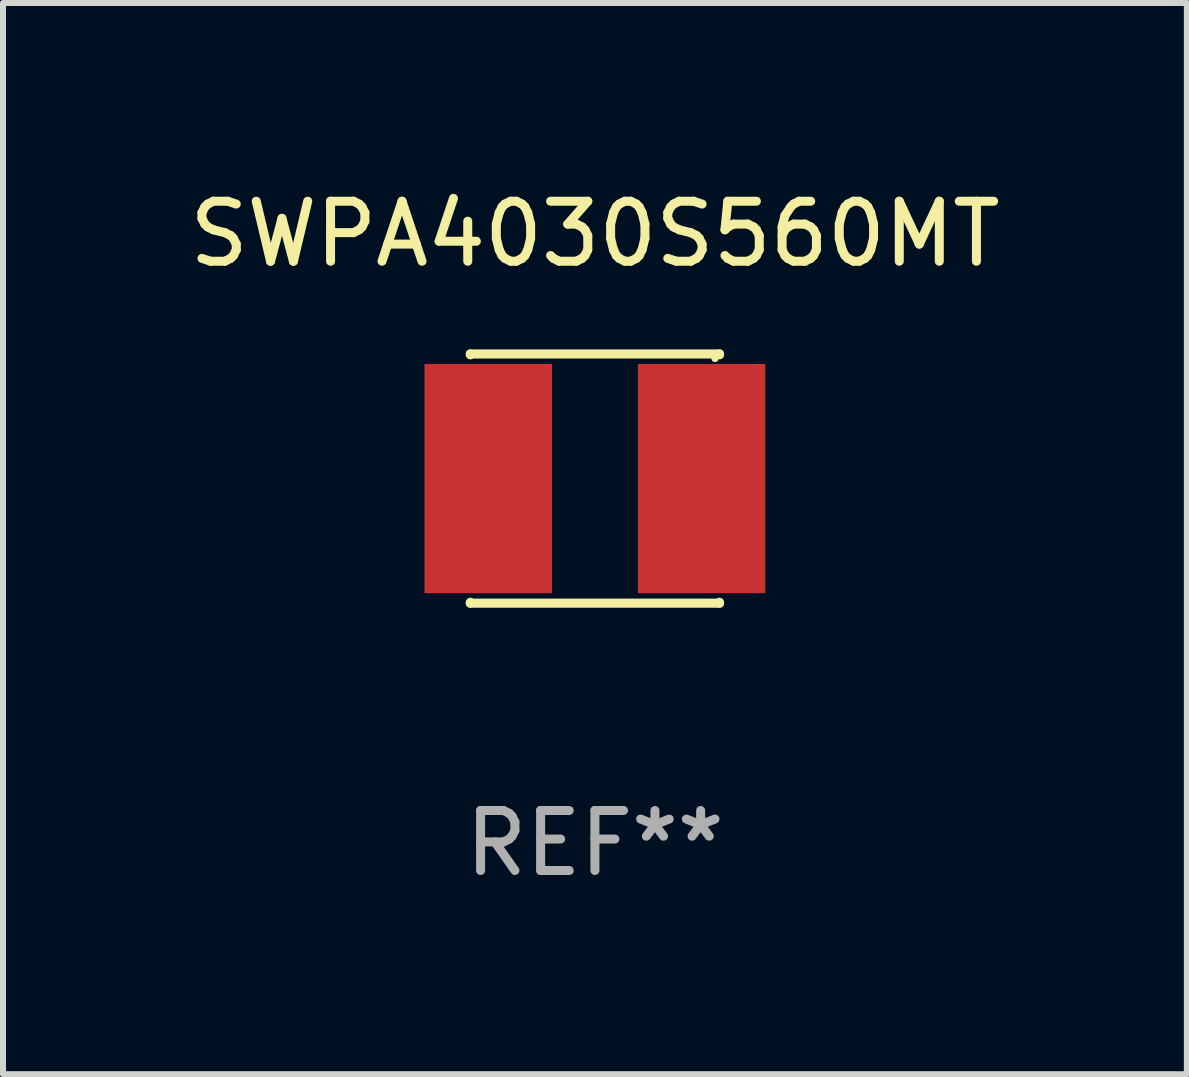
<source format=kicad_pcb>
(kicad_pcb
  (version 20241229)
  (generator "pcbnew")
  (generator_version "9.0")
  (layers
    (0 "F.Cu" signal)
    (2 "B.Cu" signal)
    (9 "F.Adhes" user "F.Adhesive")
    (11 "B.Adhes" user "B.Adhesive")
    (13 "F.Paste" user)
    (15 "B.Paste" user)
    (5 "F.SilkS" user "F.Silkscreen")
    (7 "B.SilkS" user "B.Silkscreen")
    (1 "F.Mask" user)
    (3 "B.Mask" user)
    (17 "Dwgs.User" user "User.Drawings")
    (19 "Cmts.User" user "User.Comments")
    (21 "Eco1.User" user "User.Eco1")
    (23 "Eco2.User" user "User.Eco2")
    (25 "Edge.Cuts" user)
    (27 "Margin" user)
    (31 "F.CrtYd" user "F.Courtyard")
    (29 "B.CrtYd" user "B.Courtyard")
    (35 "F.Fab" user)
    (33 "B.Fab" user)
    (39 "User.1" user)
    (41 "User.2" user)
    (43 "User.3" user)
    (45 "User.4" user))
  (footprint "SWPA4030S560MT"
    (layer "F.Cu")
    (at 6.863 4.924)
    (property "Reference" "SWPA4030S560MT" (at 0 -4.076 0) (layer "F.SilkS") (effects (font (size 1 1) (thickness 0.15))))
    (attr through_hole)
    (fp_line (start -2.076 -2.076) (end 2.076 -2.076) (stroke (width 0.152) (type solid)) (layer "F.SilkS"))
    (fp_line (start -2.076 -2.062) (end -2.076 -2.076) (stroke (width 0.152) (type solid)) (layer "F.SilkS"))
    (fp_line (start -2.076 2.062) (end -2.076 2.076) (stroke (width 0.152) (type solid)) (layer "F.SilkS"))
    (fp_line (start -2.076 2.076) (end 2.076 2.076) (stroke (width 0.152) (type solid)) (layer "F.SilkS"))
    (fp_line (start 2.076 -2.076) (end 2.076 -2.062) (stroke (width 0.152) (type solid)) (layer "F.SilkS"))
    (fp_line (start 2.076 2.076) (end 2.076 2.062) (stroke (width 0.152) (type solid)) (layer "F.SilkS"))
    (fp_circle (center 2 -2) (end 2.03 -2) (stroke (width 0.06) (type solid)) (fill no) (layer "F.SilkS"))
    (fp_text user "REF**" (at 0 6.076 0) (layer "F.Fab") (effects (font (size 1 1) (thickness 0.15))))
    (pad "1" smd rect (at 1.778 0) (size 2.124 3.82) (layers "F.Cu" "F.Mask" "F.Paste"))
    (pad "2" smd rect (at -1.778 0) (size 2.124 3.82) (layers "F.Cu" "F.Mask" "F.Paste")))
  (gr_rect
    (start -3 -3)
    (end 16.726 14.849)
    (stroke (width 0.1) (type default))
    (fill no)
    (layer "Edge.Cuts")))
</source>
